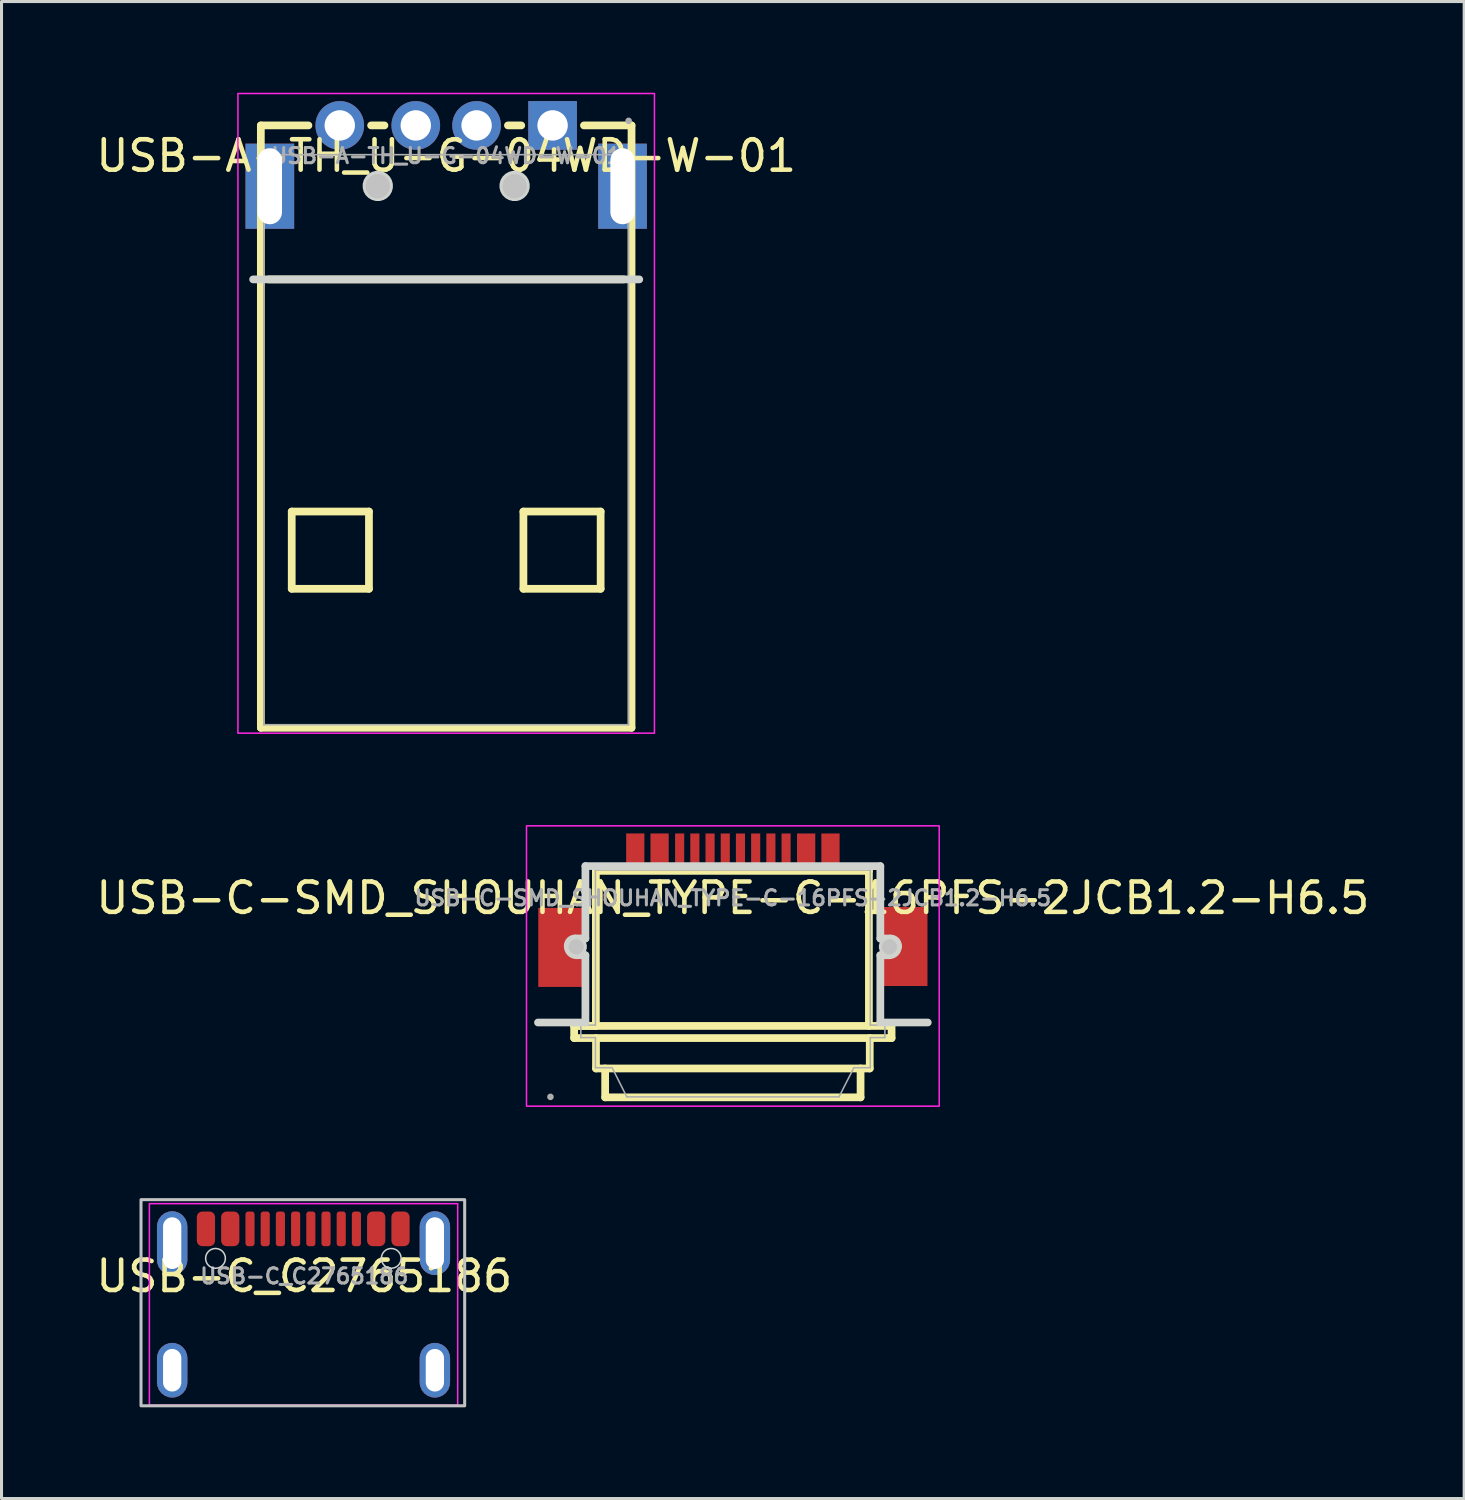
<source format=kicad_pcb>
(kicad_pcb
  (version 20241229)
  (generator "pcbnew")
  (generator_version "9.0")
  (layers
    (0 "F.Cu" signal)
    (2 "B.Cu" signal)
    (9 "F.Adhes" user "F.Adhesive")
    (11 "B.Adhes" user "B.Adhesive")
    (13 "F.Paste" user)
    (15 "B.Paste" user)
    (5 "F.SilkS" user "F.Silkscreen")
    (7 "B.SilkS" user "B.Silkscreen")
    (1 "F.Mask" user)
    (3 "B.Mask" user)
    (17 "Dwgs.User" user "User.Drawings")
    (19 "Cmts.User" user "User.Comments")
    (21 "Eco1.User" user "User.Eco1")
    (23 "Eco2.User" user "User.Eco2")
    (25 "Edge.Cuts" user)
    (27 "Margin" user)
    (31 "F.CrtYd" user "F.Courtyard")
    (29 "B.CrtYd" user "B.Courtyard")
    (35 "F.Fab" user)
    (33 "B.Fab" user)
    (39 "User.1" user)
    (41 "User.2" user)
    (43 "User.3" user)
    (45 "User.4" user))
  (footprint "USB-C-SMD_SHOUHAN_TYPE-C-16PFS-2JCB1.2-H6.5"
    (layer "F.Cu")
    (at 21.054 26.486)
    (property "Reference" "USB-C-SMD_SHOUHAN_TYPE-C-16PFS-2JCB1.2-H6.5" (at 0 0 0) (layer "F.SilkS") (effects (font (size 1 1) (thickness 0.15))))
    (fp_line (start -5.22 4.207) (end -4.506 4.207) (stroke (width 0.254) (type default)) (layer "F.SilkS"))
    (fp_line (start -5.22 4.207) (end 5.207 4.207) (stroke (width 0.254) (type default)) (layer "F.SilkS"))
    (fp_line (start -5.22 4.606) (end -5.22 4.207) (stroke (width 0.254) (type default)) (layer "F.SilkS"))
    (fp_line (start -5.22 4.606) (end 5.22 4.606) (stroke (width 0.254) (type default)) (layer "F.SilkS"))
    (fp_line (start -4.506 -0.893) (end 4.474 -0.893) (stroke (width 0.254) (type default)) (layer "F.SilkS"))
    (fp_line (start -4.506 4.207) (end -4.506 -0.893) (stroke (width 0.254) (type default)) (layer "F.SilkS"))
    (fp_line (start -4.502 5.606) (end -4.502 4.606) (stroke (width 0.254) (type default)) (layer "F.SilkS"))
    (fp_line (start -4.502 5.606) (end 4.502 5.606) (stroke (width 0.254) (type default)) (layer "F.SilkS"))
    (fp_line (start -4.2 5.606) (end -4.2 6.556) (stroke (width 0.254) (type default)) (layer "F.SilkS"))
    (fp_line (start -4.2 6.556) (end 4.2 6.556) (stroke (width 0.254) (type default)) (layer "F.SilkS"))
    (fp_line (start 4.2 5.606) (end 4.2 6.556) (stroke (width 0.254) (type default)) (layer "F.SilkS"))
    (fp_line (start 4.474 4.207) (end 4.474 -0.893) (stroke (width 0.254) (type default)) (layer "F.SilkS"))
    (fp_line (start 4.502 5.606) (end 4.502 4.606) (stroke (width 0.254) (type default)) (layer "F.SilkS"))
    (fp_line (start 5.22 4.606) (end 5.22 4.207) (stroke (width 0.254) (type default)) (layer "F.SilkS"))
    (fp_circle (center -5.15 1.607) (end -5.025 1.607) (stroke (width 0.25) (type default)) (fill no) (layer "Dwgs.User"))
    (fp_circle (center 5.15 1.607) (end 5.275 1.607) (stroke (width 0.25) (type default)) (fill no) (layer "Dwgs.User"))
    (fp_line (start -5.43 1.591) (end -5.43 1.571) (stroke (width 0.254) (type default)) (layer "Edge.Cuts"))
    (fp_line (start -5.19 1.331) (end -4.85 1.331) (stroke (width 0.254) (type default)) (layer "Edge.Cuts"))
    (fp_line (start -5.14 1.881) (end -4.85 1.881) (stroke (width 0.254) (type default)) (layer "Edge.Cuts"))
    (fp_line (start -4.85 -1.05) (end 4.85 -1.049) (stroke (width 0.254) (type default)) (layer "Edge.Cuts"))
    (fp_line (start -4.85 1.331) (end -4.85 -1.05) (stroke (width 0.254) (type default)) (layer "Edge.Cuts"))
    (fp_line (start -4.85 1.881) (end -4.85 4.094) (stroke (width 0.254) (type default)) (layer "Edge.Cuts"))
    (fp_line (start -4.85 4.094) (end -6.41 4.094) (stroke (width 0.254) (type default)) (layer "Edge.Cuts"))
    (fp_line (start 4.85 1.333) (end 4.85 -1.049) (stroke (width 0.254) (type default)) (layer "Edge.Cuts"))
    (fp_line (start 4.85 1.882) (end 4.85 4.094) (stroke (width 0.254) (type default)) (layer "Edge.Cuts"))
    (fp_line (start 4.85 1.882) (end 5.14 1.882) (stroke (width 0.254) (type default)) (layer "Edge.Cuts"))
    (fp_line (start 4.85 4.094) (end 6.41 4.094) (stroke (width 0.254) (type default)) (layer "Edge.Cuts"))
    (fp_line (start 5.175 1.333) (end 4.85 1.333) (stroke (width 0.254) (type default)) (layer "Edge.Cuts"))
    (fp_line (start 5.43 1.592) (end 5.43 1.572) (stroke (width 0.254) (type default)) (layer "Edge.Cuts"))
    (fp_arc (start -5.43 1.570999) (mid -5.359706 1.401294) (end -5.190001 1.331) (stroke (width 0.254) (type default)) (layer "Edge.Cuts"))
    (fp_arc (start -5.14 1.881) (mid -5.345061 1.796061) (end -5.43 1.591) (stroke (width 0.254) (type default)) (layer "Edge.Cuts"))
    (fp_arc (start 5.174517 1.3325) (mid 5.359706 1.402294) (end 5.43 1.572) (stroke (width 0.254) (type default)) (layer "Edge.Cuts"))
    (fp_arc (start 5.43 1.592) (mid 5.345061 1.797061) (end 5.14 1.882) (stroke (width 0.254) (type default)) (layer "Edge.Cuts"))
    (fp_poly (pts (xy -4.803 1.554) (xy -4.827 1.466) (xy -4.872 1.387) (xy -4.937 1.322) (xy -5.016 1.277) (xy -5.104 1.253) (xy -5.196 1.253) (xy -5.284 1.277) (xy -5.363 1.322) (xy -5.428 1.387) (xy -5.473 1.466) (xy -5.497 1.554) (xy -5.497 1.646) (xy -5.473 1.734) (xy -5.428 1.813) (xy -5.363 1.878) (xy -5.284 1.923) (xy -5.196 1.947) (xy -5.104 1.947) (xy -5.016 1.923) (xy -4.937 1.878) (xy -4.872 1.813) (xy -4.827 1.734) (xy -4.803 1.646)) (stroke (width 0) (type default)) (fill yes) (layer "Edge.Cuts"))
    (fp_poly (pts (xy 5.497 1.554) (xy 5.473 1.466) (xy 5.428 1.387) (xy 5.363 1.322) (xy 5.284 1.277) (xy 5.196 1.253) (xy 5.104 1.253) (xy 5.016 1.277) (xy 4.937 1.322) (xy 4.872 1.387) (xy 4.827 1.466) (xy 4.803 1.554) (xy 4.803 1.646) (xy 4.827 1.734) (xy 4.872 1.813) (xy 4.937 1.878) (xy 5.016 1.923) (xy 5.104 1.947) (xy 5.196 1.947) (xy 5.284 1.923) (xy 5.363 1.878) (xy 5.428 1.813) (xy 5.473 1.734) (xy 5.497 1.646)) (stroke (width 0) (type default)) (fill yes) (layer "Edge.Cuts"))
    (fp_rect (start -6.787 -2.374) (end 6.787 6.845) (stroke (width 0.05) (type default)) (fill no) (layer "F.CrtYd"))
    (fp_line (start -5 4.18) (end -4.52 4.18) (stroke (width 0.051) (type default)) (layer "F.Fab"))
    (fp_line (start -5 4.59) (end -5 4.18) (stroke (width 0.051) (type default)) (layer "F.Fab"))
    (fp_line (start -4.52 -0.92) (end 4.52 -0.92) (stroke (width 0.051) (type default)) (layer "F.Fab"))
    (fp_line (start -4.52 4.18) (end -4.52 -0.92) (stroke (width 0.051) (type default)) (layer "F.Fab"))
    (fp_line (start -4.52 4.59) (end -5 4.59) (stroke (width 0.051) (type default)) (layer "F.Fab"))
    (fp_line (start -4.52 5.58) (end -4.52 4.59) (stroke (width 0.051) (type default)) (layer "F.Fab"))
    (fp_line (start -3.97 5.58) (end -4.52 5.58) (stroke (width 0.051) (type default)) (layer "F.Fab"))
    (fp_line (start -3.49 6.54) (end -3.97 5.58) (stroke (width 0.051) (type default)) (layer "F.Fab"))
    (fp_line (start 3.49 6.54) (end -3.49 6.54) (stroke (width 0.051) (type default)) (layer "F.Fab"))
    (fp_line (start 3.98 5.58) (end 3.49 6.54) (stroke (width 0.051) (type default)) (layer "F.Fab"))
    (fp_line (start 4.52 -0.92) (end 4.52 4.18) (stroke (width 0.051) (type default)) (layer "F.Fab"))
    (fp_line (start 4.52 4.18) (end 5 4.18) (stroke (width 0.051) (type default)) (layer "F.Fab"))
    (fp_line (start 4.52 4.59) (end 4.52 5.58) (stroke (width 0.051) (type default)) (layer "F.Fab"))
    (fp_line (start 4.52 5.58) (end 3.98 5.58) (stroke (width 0.051) (type default)) (layer "F.Fab"))
    (fp_line (start 5 4.18) (end 5 4.59) (stroke (width 0.051) (type default)) (layer "F.Fab"))
    (fp_line (start 5 4.59) (end 4.52 4.59) (stroke (width 0.051) (type default)) (layer "F.Fab"))
    (fp_poly (pts (xy -5.945 6.517) (xy -5.977 6.485) (xy -6.023 6.485) (xy -6.055 6.517) (xy -6.055 6.563) (xy -6.023 6.595) (xy -5.977 6.595) (xy -5.945 6.563)) (stroke (width 0.1) (type default)) (fill no) (layer "F.Fab"))
    (fp_poly (pts (xy -6 2.624) (xy -6 0.624) (xy -4.45 0.624) (xy -4.45 2.624)) (stroke (width 0.1) (type default)) (fill no) (layer "User.1"))
    (fp_poly (pts (xy -3.01 -0.87) (xy -3.41 -0.87) (xy -3.41 -1.72) (xy -3.01 -1.72)) (stroke (width 0.1) (type default)) (fill no) (layer "User.1"))
    (fp_poly (pts (xy -2.21 -0.87) (xy -2.61 -0.87) (xy -2.61 -1.72) (xy -2.21 -1.72)) (stroke (width 0.1) (type default)) (fill no) (layer "User.1"))
    (fp_poly (pts (xy -1.85 -1.72) (xy -1.65 -1.72) (xy -1.65 -0.87) (xy -1.85 -0.87)) (stroke (width 0.1) (type default)) (fill no) (layer "User.1"))
    (fp_poly (pts (xy -1.35 -1.72) (xy -1.15 -1.72) (xy -1.15 -0.87) (xy -1.35 -0.87)) (stroke (width 0.1) (type default)) (fill no) (layer "User.1"))
    (fp_poly (pts (xy -0.85 -1.72) (xy -0.65 -1.72) (xy -0.65 -0.87) (xy -0.85 -0.87)) (stroke (width 0.1) (type default)) (fill no) (layer "User.1"))
    (fp_poly (pts (xy -0.35 -1.72) (xy -0.15 -1.72) (xy -0.15 -0.87) (xy -0.35 -0.87)) (stroke (width 0.1) (type default)) (fill no) (layer "User.1"))
    (fp_poly (pts (xy 0.15 -1.72) (xy 0.35 -1.72) (xy 0.35 -0.87) (xy 0.15 -0.87)) (stroke (width 0.1) (type default)) (fill no) (layer "User.1"))
    (fp_poly (pts (xy 0.65 -1.72) (xy 0.85 -1.72) (xy 0.85 -0.87) (xy 0.65 -0.87)) (stroke (width 0.1) (type default)) (fill no) (layer "User.1"))
    (fp_poly (pts (xy 1.15 -1.72) (xy 1.35 -1.72) (xy 1.35 -0.87) (xy 1.15 -0.87)) (stroke (width 0.1) (type default)) (fill no) (layer "User.1"))
    (fp_poly (pts (xy 1.65 -1.72) (xy 1.85 -1.72) (xy 1.85 -0.87) (xy 1.65 -0.87)) (stroke (width 0.1) (type default)) (fill no) (layer "User.1"))
    (fp_poly (pts (xy 2.21 -1.72) (xy 2.61 -1.72) (xy 2.61 -0.87) (xy 2.21 -0.87)) (stroke (width 0.1) (type default)) (fill no) (layer "User.1"))
    (fp_poly (pts (xy 3.01 -1.72) (xy 3.41 -1.72) (xy 3.41 -0.87) (xy 3.01 -0.87)) (stroke (width 0.1) (type default)) (fill no) (layer "User.1"))
    (fp_poly (pts (xy 6 0.594) (xy 6 2.594) (xy 4.45 2.594) (xy 4.45 0.594)) (stroke (width 0.1) (type default)) (fill no) (layer "User.1"))
    (fp_text user "${REFERENCE}" (at 0 0 0) (layer "F.Fab") (effects (font (size 0.5 0.5) (thickness 0.1))))
    (pad "13" smd rect (at -5.625 1.624) (size 1.55 2.6) (layers "F.Cu" "F.Mask" "F.Paste"))
    (pad "13" smd rect (at 5.625 1.594 180) (size 1.55 2.6) (layers "F.Cu" "F.Mask" "F.Paste"))
    (pad "A4B9" smd rect (at -2.41 -1.624 180) (size 0.6 1) (layers "F.Cu" "F.Mask" "F.Paste"))
    (pad "A5" smd rect (at -1.25 -1.623) (size 0.3 1) (layers "F.Cu" "F.Mask" "F.Paste"))
    (pad "A6" smd rect (at -0.25 -1.623) (size 0.3 1) (layers "F.Cu" "F.Mask" "F.Paste"))
    (pad "A7" smd rect (at 0.25 -1.622) (size 0.3 1) (layers "F.Cu" "F.Mask" "F.Paste"))
    (pad "A8" smd rect (at 1.25 -1.623) (size 0.3 1) (layers "F.Cu" "F.Mask" "F.Paste"))
    (pad "A9B4" smd rect (at 2.41 -1.623) (size 0.6 1) (layers "F.Cu" "F.Mask" "F.Paste"))
    (pad "B1A12" smd rect (at 3.21 -1.623) (size 0.6 1) (layers "F.Cu" "F.Mask" "F.Paste"))
    (pad "B5" smd rect (at 1.75 -1.623) (size 0.3 1) (layers "F.Cu" "F.Mask" "F.Paste"))
    (pad "B6" smd rect (at 0.75 -1.623) (size 0.3 1) (layers "F.Cu" "F.Mask" "F.Paste"))
    (pad "B7" smd rect (at -0.75 -1.622) (size 0.3 1) (layers "F.Cu" "F.Mask" "F.Paste"))
    (pad "B8" smd rect (at -1.75 -1.623) (size 0.3 1) (layers "F.Cu" "F.Mask" "F.Paste"))
    (pad "B12A1" smd rect (at -3.21 -1.624 180) (size 0.6 1) (layers "F.Cu" "F.Mask" "F.Paste")))
  (footprint "USB-C_C2765186"
    (layer "F.Cu")
    (at 6.958 38.922)
    (property "Reference" "USB-C_C2765186" (at 0 0 0) (layer "F.SilkS") (effects (font (size 1 1) (thickness 0.15))))
    (fp_poly (pts (xy -5.37 -2.515) (xy 5.275 -2.515) (xy 5.275 4.265) (xy -5.37 4.265)) (stroke (width 0.1) (type default)) (fill no) (layer "Dwgs.User"))
    (fp_circle (center -2.92 -0.584) (end -2.595 -0.584) (stroke (width 0.05) (type default)) (fill no) (layer "Edge.Cuts"))
    (fp_circle (center 2.86 -0.584) (end 3.185 -0.584) (stroke (width 0.05) (type default)) (fill no) (layer "Edge.Cuts"))
    (fp_rect (start -5.095 -2.385) (end 5.045 4.245) (stroke (width 0.05) (type default)) (fill no) (layer "F.CrtYd"))
    (fp_text user "${REFERENCE}" (at 0 0 0) (layer "F.Fab") (effects (font (size 0.5 0.5) (thickness 0.1))))
    (pad "1" smd roundrect (at -3.235 -1.555) (size 0.6 1.14) (layers "F.Cu" "F.Mask" "F.Paste") (roundrect_rratio 0.3))
    (pad "2" smd roundrect (at -2.435 -1.555) (size 0.6 1.14) (layers "F.Cu" "F.Mask" "F.Paste") (roundrect_rratio 0.3))
    (pad "3" smd roundrect (at -1.785 -1.555) (size 0.3 1.14) (layers "F.Cu" "F.Mask" "F.Paste") (roundrect_rratio 0.3))
    (pad "4" smd roundrect (at -1.285 -1.555) (size 0.3 1.14) (layers "F.Cu" "F.Mask" "F.Paste") (roundrect_rratio 0.3))
    (pad "5" smd roundrect (at -0.785 -1.555) (size 0.3 1.14) (layers "F.Cu" "F.Mask" "F.Paste") (roundrect_rratio 0.3))
    (pad "6" smd roundrect (at -0.285 -1.555) (size 0.3 1.14) (layers "F.Cu" "F.Mask" "F.Paste") (roundrect_rratio 0.3))
    (pad "7" smd roundrect (at 0.215 -1.555) (size 0.3 1.14) (layers "F.Cu" "F.Mask" "F.Paste") (roundrect_rratio 0.3))
    (pad "8" smd roundrect (at 0.715 -1.555) (size 0.3 1.14) (layers "F.Cu" "F.Mask" "F.Paste") (roundrect_rratio 0.3))
    (pad "9" smd roundrect (at 1.215 -1.555) (size 0.3 1.14) (layers "F.Cu" "F.Mask" "F.Paste") (roundrect_rratio 0.3))
    (pad "10" smd roundrect (at 1.715 -1.555) (size 0.3 1.14) (layers "F.Cu" "F.Mask" "F.Paste") (roundrect_rratio 0.3))
    (pad "11" smd roundrect (at 2.365 -1.555) (size 0.6 1.14) (layers "F.Cu" "F.Mask" "F.Paste") (roundrect_rratio 0.3))
    (pad "12" smd roundrect (at 3.165 -1.555) (size 0.6 1.14) (layers "F.Cu" "F.Mask" "F.Paste") (roundrect_rratio 0.3))
    (pad "EP" thru_hole roundrect (at -4.345 -1.085 90) (size 2.1 1) (drill oval 1.7 0.6) (layers "*.Cu" "*.Mask") (roundrect_rratio 0.5))
    (pad "EP" thru_hole roundrect (at -4.345 3.095 90) (size 1.8 1) (drill oval 1.4 0.6) (layers "*.Cu" "*.Mask") (roundrect_rratio 0.5))
    (pad "EP" thru_hole roundrect (at 4.295 -1.085 90) (size 2.1 1) (drill oval 1.7 0.6) (layers "*.Cu" "*.Mask") (roundrect_rratio 0.5))
    (pad "EP" thru_hole roundrect (at 4.295 3.095 90) (size 1.8 1) (drill oval 1.4 0.6) (layers "*.Cu" "*.Mask") (roundrect_rratio 0.5)))
  (footprint "USB-A-TH_U-G-04WD-W-01"
    (layer "F.Cu")
    (at 11.625 2.075)
    (property "Reference" "USB-A-TH_U-G-04WD-W-01" (at 0 0 0) (layer "F.SilkS") (effects (font (size 1 1) (thickness 0.15))))
    (fp_line (start -6.096 -1) (end -6.096 18.812) (stroke (width 0.254) (type default)) (layer "F.SilkS"))
    (fp_line (start -6.096 -1) (end -4.531 -1) (stroke (width 0.254) (type default)) (layer "F.SilkS"))
    (fp_line (start -6.096 18.812) (end 6.096 18.812) (stroke (width 0.254) (type default)) (layer "F.SilkS"))
    (fp_line (start -5.842 4.064) (end 5.842 4.064) (stroke (width 0.254) (type default)) (layer "F.SilkS"))
    (fp_line (start -5.08 11.7) (end -2.54 11.7) (stroke (width 0.254) (type default)) (layer "F.SilkS"))
    (fp_line (start -5.08 14.24) (end -5.08 11.7) (stroke (width 0.254) (type default)) (layer "F.SilkS"))
    (fp_line (start -2.54 11.7) (end -2.54 14.24) (stroke (width 0.254) (type default)) (layer "F.SilkS"))
    (fp_line (start -2.54 14.24) (end -5.08 14.24) (stroke (width 0.254) (type default)) (layer "F.SilkS"))
    (fp_line (start -2.469 -1) (end -2.031 -1) (stroke (width 0.254) (type default)) (layer "F.SilkS"))
    (fp_line (start 2.031 -1) (end 2.469 -1) (stroke (width 0.254) (type default)) (layer "F.SilkS"))
    (fp_line (start 2.54 11.7) (end 5.08 11.7) (stroke (width 0.254) (type default)) (layer "F.SilkS"))
    (fp_line (start 2.54 14.24) (end 2.54 11.7) (stroke (width 0.254) (type default)) (layer "F.SilkS"))
    (fp_line (start 4.531 -1) (end 6.096 -1) (stroke (width 0.254) (type default)) (layer "F.SilkS"))
    (fp_line (start 5.08 11.7) (end 5.08 14.24) (stroke (width 0.254) (type default)) (layer "F.SilkS"))
    (fp_line (start 5.08 14.24) (end 2.54 14.24) (stroke (width 0.254) (type default)) (layer "F.SilkS"))
    (fp_line (start 6.096 18.812) (end 6.096 -1) (stroke (width 0.254) (type default)) (layer "F.SilkS"))
    (fp_circle (center -2.25 1) (end -2.05 1) (stroke (width 0.4) (type default)) (fill no) (layer "Dwgs.User"))
    (fp_circle (center 2.25 1) (end 2.45 1) (stroke (width 0.4) (type default)) (fill no) (layer "Dwgs.User"))
    (fp_line (start -6.35 4.064) (end 6.35 4.064) (stroke (width 0.254) (type default)) (layer "Edge.Cuts"))
    (fp_poly (pts (xy -1.754 0.925) (xy -1.788 0.799) (xy -1.853 0.686) (xy -1.946 0.594) (xy -2.059 0.529) (xy -2.185 0.495) (xy -2.315 0.495) (xy -2.441 0.529) (xy -2.554 0.594) (xy -2.647 0.686) (xy -2.712 0.799) (xy -2.746 0.925) (xy -2.746 1.056) (xy -2.712 1.182) (xy -2.647 1.295) (xy -2.554 1.387) (xy -2.441 1.452) (xy -2.315 1.486) (xy -2.185 1.486) (xy -2.059 1.452) (xy -1.946 1.387) (xy -1.853 1.295) (xy -1.788 1.182) (xy -1.754 1.056)) (stroke (width 0) (type default)) (fill yes) (layer "Edge.Cuts"))
    (fp_poly (pts (xy 2.746 0.925) (xy 2.712 0.799) (xy 2.647 0.686) (xy 2.554 0.594) (xy 2.441 0.529) (xy 2.315 0.495) (xy 2.185 0.495) (xy 2.059 0.529) (xy 1.946 0.594) (xy 1.853 0.686) (xy 1.788 0.799) (xy 1.754 0.925) (xy 1.754 1.056) (xy 1.788 1.182) (xy 1.853 1.295) (xy 1.946 1.387) (xy 2.059 1.452) (xy 2.185 1.486) (xy 2.315 1.486) (xy 2.441 1.452) (xy 2.554 1.387) (xy 2.647 1.295) (xy 2.712 1.182) (xy 2.746 1.056)) (stroke (width 0) (type default)) (fill yes) (layer "Edge.Cuts"))
    (fp_rect (start -6.85 -2.05) (end 6.85 18.988) (stroke (width 0.05) (type default)) (fill no) (layer "F.CrtYd"))
    (fp_line (start -6 -0.038) (end 6 -0.038) (stroke (width 0.051) (type default)) (layer "F.Fab"))
    (fp_line (start -6 18.712) (end -6 -0.038) (stroke (width 0.051) (type default)) (layer "F.Fab"))
    (fp_line (start 6 -0.038) (end 6 18.712) (stroke (width 0.051) (type default)) (layer "F.Fab"))
    (fp_line (start 6 18.712) (end -6 18.712) (stroke (width 0.051) (type default)) (layer "F.Fab"))
    (fp_poly (pts (xy 6.056 -1.173) (xy 6.023 -1.205) (xy 5.978 -1.205) (xy 5.945 -1.173) (xy 5.945 -1.127) (xy 5.978 -1.095) (xy 6.023 -1.095) (xy 6.056 -1.127)) (stroke (width 0.1) (type default)) (fill no) (layer "F.Fab"))
    (fp_poly (pts (xy -5.95 0) (xy -5.65 0) (xy -5.65 2) (xy -5.95 2)) (stroke (width 0.1) (type default)) (fill no) (layer "User.1"))
    (fp_poly (pts (xy -3.8 -1.15) (xy -3.2 -1.15) (xy -3.2 -0.85) (xy -3.8 -0.85)) (stroke (width 0.1) (type default)) (fill no) (layer "User.1"))
    (fp_poly (pts (xy -3.8 -1.15) (xy -3.2 -1.15) (xy -3.2 -0.03) (xy -3.8 -0.03)) (stroke (width 0.1) (type default)) (fill no) (layer "User.1"))
    (fp_poly (pts (xy -1.3 -1.15) (xy -0.7 -1.15) (xy -0.7 -0.85) (xy -1.3 -0.85)) (stroke (width 0.1) (type default)) (fill no) (layer "User.1"))
    (fp_poly (pts (xy -1.3 -1.15) (xy -0.7 -1.15) (xy -0.7 -0.03) (xy -1.3 -0.03)) (stroke (width 0.1) (type default)) (fill no) (layer "User.1"))
    (fp_poly (pts (xy 0.7 -1.15) (xy 1.3 -1.15) (xy 1.3 -0.85) (xy 0.7 -0.85)) (stroke (width 0.1) (type default)) (fill no) (layer "User.1"))
    (fp_poly (pts (xy 0.7 -1.15) (xy 1.3 -1.15) (xy 1.3 -0.03) (xy 0.7 -0.03)) (stroke (width 0.1) (type default)) (fill no) (layer "User.1"))
    (fp_poly (pts (xy 3.2 -1.15) (xy 3.8 -1.15) (xy 3.8 -0.85) (xy 3.2 -0.85)) (stroke (width 0.1) (type default)) (fill no) (layer "User.1"))
    (fp_poly (pts (xy 3.2 -1.15) (xy 3.8 -1.15) (xy 3.8 -0.03) (xy 3.2 -0.03)) (stroke (width 0.1) (type default)) (fill no) (layer "User.1"))
    (fp_poly (pts (xy 5.65 0) (xy 5.95 0) (xy 5.95 2) (xy 5.65 2)) (stroke (width 0.1) (type default)) (fill no) (layer "User.1"))
    (fp_text user "${REFERENCE}" (at 0 0 0) (layer "F.Fab") (effects (font (size 0.5 0.5) (thickness 0.1))))
    (pad "1" thru_hole rect (at 3.5 -1) (size 1.6 1.6) (drill 1) (layers "*.Cu" "*.Mask"))
    (pad "2" thru_hole circle (at 1 -1) (size 1.6 1.6) (drill 1) (layers "*.Cu" "*.Mask"))
    (pad "3" thru_hole circle (at -1 -1) (size 1.6 1.6) (drill 1) (layers "*.Cu" "*.Mask"))
    (pad "4" thru_hole circle (at -3.5 -1) (size 1.6 1.6) (drill 1) (layers "*.Cu" "*.Mask"))
    (pad "5" thru_hole rect (at 5.8 1) (size 1.6 2.8) (drill oval 0.8 2.5) (layers "*.Cu" "*.Mask"))
    (pad "6" thru_hole rect (at -5.8 1) (size 1.6 2.8) (drill oval 0.8 2.5) (layers "*.Cu" "*.Mask")))
  (gr_rect
    (start -3 -3)
    (end 45.107 46.237)
    (stroke (width 0.1) (type default))
    (fill no)
    (layer "Edge.Cuts")))
</source>
